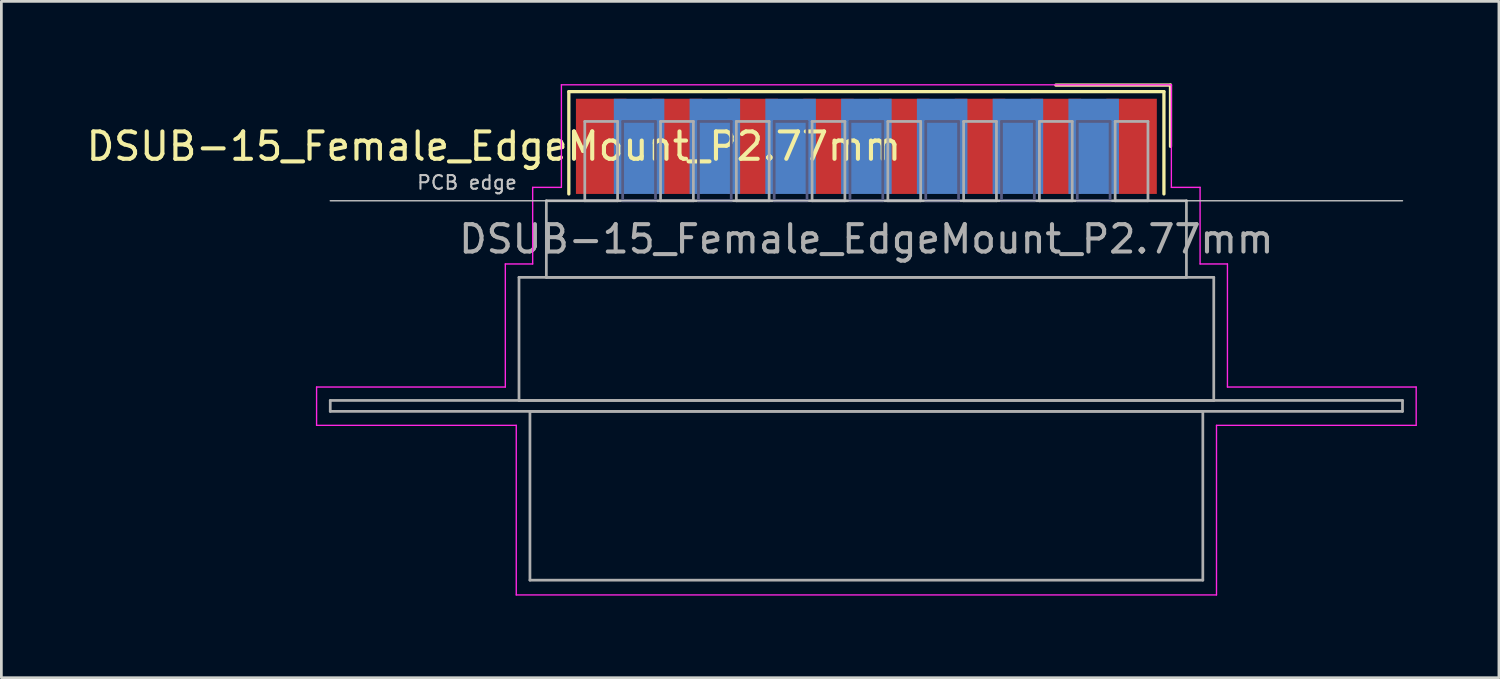
<source format=kicad_pcb>
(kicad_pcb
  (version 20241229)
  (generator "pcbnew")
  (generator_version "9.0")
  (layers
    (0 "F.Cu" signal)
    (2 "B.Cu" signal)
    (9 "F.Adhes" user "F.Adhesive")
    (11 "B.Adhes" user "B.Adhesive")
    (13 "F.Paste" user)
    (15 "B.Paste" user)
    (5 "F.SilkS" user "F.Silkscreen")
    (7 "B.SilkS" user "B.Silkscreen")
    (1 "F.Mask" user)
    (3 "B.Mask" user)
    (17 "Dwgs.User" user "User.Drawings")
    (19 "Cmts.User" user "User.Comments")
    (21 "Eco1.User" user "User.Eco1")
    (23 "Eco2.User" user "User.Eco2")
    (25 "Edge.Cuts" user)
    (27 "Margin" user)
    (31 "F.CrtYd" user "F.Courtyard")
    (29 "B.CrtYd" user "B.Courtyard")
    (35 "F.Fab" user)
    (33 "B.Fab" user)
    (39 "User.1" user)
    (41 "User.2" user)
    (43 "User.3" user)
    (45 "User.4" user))
  (footprint "DSUB-15_Female_EdgeMount_P2.77mm"
    (layer "F.Cu")
    (at 28.624 2.3)
    (property "Reference" "DSUB-15_Female_EdgeMount_P2.77mm" (at -13.618 0 0) (layer "F.SilkS") (effects (font (size 1 1) (thickness 0.15))))
    (attr smd)
    (fp_line (start -10.878 -2) (end -10.878 1.74) (stroke (width 0.12) (type solid)) (layer "F.SilkS"))
    (fp_line (start 10.878 -2) (end -10.878 -2) (stroke (width 0.12) (type solid)) (layer "F.SilkS"))
    (fp_line (start 10.878 1.74) (end 10.878 -2) (stroke (width 0.12) (type solid)) (layer "F.SilkS"))
    (fp_line (start 11.118 -2.24) (end 6.925 -2.24) (stroke (width 0.12) (type solid)) (layer "F.SilkS"))
    (fp_line (start 11.118 0) (end 11.118 -2.24) (stroke (width 0.12) (type solid)) (layer "F.SilkS"))
    (fp_line (start -19.6 1.99) (end 19.6 1.99) (stroke (width 0.05) (type solid)) (layer "Dwgs.User"))
    (fp_line (start -20.1 8.8) (end -13.2 8.8) (stroke (width 0.05) (type solid)) (layer "F.CrtYd"))
    (fp_line (start -20.1 10.2) (end -20.1 8.8) (stroke (width 0.05) (type solid)) (layer "F.CrtYd"))
    (fp_line (start -13.2 4.3) (end -12.2 4.3) (stroke (width 0.05) (type solid)) (layer "F.CrtYd"))
    (fp_line (start -13.2 8.8) (end -13.2 4.3) (stroke (width 0.05) (type solid)) (layer "F.CrtYd"))
    (fp_line (start -12.8 10.2) (end -20.1 10.2) (stroke (width 0.05) (type solid)) (layer "F.CrtYd"))
    (fp_line (start -12.8 16.4) (end -12.8 10.2) (stroke (width 0.05) (type solid)) (layer "F.CrtYd"))
    (fp_line (start -12.2 1.5) (end -11.15 1.5) (stroke (width 0.05) (type solid)) (layer "F.CrtYd"))
    (fp_line (start -12.2 4.3) (end -12.2 1.5) (stroke (width 0.05) (type solid)) (layer "F.CrtYd"))
    (fp_line (start -11.15 -2.25) (end 11.15 -2.25) (stroke (width 0.05) (type solid)) (layer "F.CrtYd"))
    (fp_line (start -11.15 1.5) (end -11.15 -2.25) (stroke (width 0.05) (type solid)) (layer "F.CrtYd"))
    (fp_line (start 11.15 -2.25) (end 11.15 1.5) (stroke (width 0.05) (type solid)) (layer "F.CrtYd"))
    (fp_line (start 11.15 1.5) (end 12.2 1.5) (stroke (width 0.05) (type solid)) (layer "F.CrtYd"))
    (fp_line (start 12.2 1.5) (end 12.2 4.3) (stroke (width 0.05) (type solid)) (layer "F.CrtYd"))
    (fp_line (start 12.2 4.3) (end 13.2 4.3) (stroke (width 0.05) (type solid)) (layer "F.CrtYd"))
    (fp_line (start 12.8 10.2) (end 12.8 16.4) (stroke (width 0.05) (type solid)) (layer "F.CrtYd"))
    (fp_line (start 12.8 16.4) (end -12.8 16.4) (stroke (width 0.05) (type solid)) (layer "F.CrtYd"))
    (fp_line (start 13.2 4.3) (end 13.2 8.8) (stroke (width 0.05) (type solid)) (layer "F.CrtYd"))
    (fp_line (start 13.2 8.8) (end 20.1 8.8) (stroke (width 0.05) (type solid)) (layer "F.CrtYd"))
    (fp_line (start 20.1 8.8) (end 20.1 10.2) (stroke (width 0.05) (type solid)) (layer "F.CrtYd"))
    (fp_line (start 20.1 10.2) (end 12.8 10.2) (stroke (width 0.05) (type solid)) (layer "F.CrtYd"))
    (fp_line (start -8.91 -0.91) (end -8.91 1.99) (stroke (width 0.1) (type solid)) (layer "B.Fab"))
    (fp_line (start -8.91 1.99) (end -7.71 1.99) (stroke (width 0.1) (type solid)) (layer "B.Fab"))
    (fp_line (start -7.71 -0.91) (end -8.91 -0.91) (stroke (width 0.1) (type solid)) (layer "B.Fab"))
    (fp_line (start -7.71 1.99) (end -7.71 -0.91) (stroke (width 0.1) (type solid)) (layer "B.Fab"))
    (fp_line (start -6.14 -0.91) (end -6.14 1.99) (stroke (width 0.1) (type solid)) (layer "B.Fab"))
    (fp_line (start -6.14 1.99) (end -4.94 1.99) (stroke (width 0.1) (type solid)) (layer "B.Fab"))
    (fp_line (start -4.94 -0.91) (end -6.14 -0.91) (stroke (width 0.1) (type solid)) (layer "B.Fab"))
    (fp_line (start -4.94 1.99) (end -4.94 -0.91) (stroke (width 0.1) (type solid)) (layer "B.Fab"))
    (fp_line (start -3.37 -0.91) (end -3.37 1.99) (stroke (width 0.1) (type solid)) (layer "B.Fab"))
    (fp_line (start -3.37 1.99) (end -2.17 1.99) (stroke (width 0.1) (type solid)) (layer "B.Fab"))
    (fp_line (start -2.17 -0.91) (end -3.37 -0.91) (stroke (width 0.1) (type solid)) (layer "B.Fab"))
    (fp_line (start -2.17 1.99) (end -2.17 -0.91) (stroke (width 0.1) (type solid)) (layer "B.Fab"))
    (fp_line (start -0.6 -0.91) (end -0.6 1.99) (stroke (width 0.1) (type solid)) (layer "B.Fab"))
    (fp_line (start -0.6 1.99) (end 0.6 1.99) (stroke (width 0.1) (type solid)) (layer "B.Fab"))
    (fp_line (start 0.6 -0.91) (end -0.6 -0.91) (stroke (width 0.1) (type solid)) (layer "B.Fab"))
    (fp_line (start 0.6 1.99) (end 0.6 -0.91) (stroke (width 0.1) (type solid)) (layer "B.Fab"))
    (fp_line (start 2.17 -0.91) (end 2.17 1.99) (stroke (width 0.1) (type solid)) (layer "B.Fab"))
    (fp_line (start 2.17 1.99) (end 3.37 1.99) (stroke (width 0.1) (type solid)) (layer "B.Fab"))
    (fp_line (start 3.37 -0.91) (end 2.17 -0.91) (stroke (width 0.1) (type solid)) (layer "B.Fab"))
    (fp_line (start 3.37 1.99) (end 3.37 -0.91) (stroke (width 0.1) (type solid)) (layer "B.Fab"))
    (fp_line (start 4.94 -0.91) (end 4.94 1.99) (stroke (width 0.1) (type solid)) (layer "B.Fab"))
    (fp_line (start 4.94 1.99) (end 6.14 1.99) (stroke (width 0.1) (type solid)) (layer "B.Fab"))
    (fp_line (start 6.14 -0.91) (end 4.94 -0.91) (stroke (width 0.1) (type solid)) (layer "B.Fab"))
    (fp_line (start 6.14 1.99) (end 6.14 -0.91) (stroke (width 0.1) (type solid)) (layer "B.Fab"))
    (fp_line (start 7.71 -0.91) (end 7.71 1.99) (stroke (width 0.1) (type solid)) (layer "B.Fab"))
    (fp_line (start 7.71 1.99) (end 8.91 1.99) (stroke (width 0.1) (type solid)) (layer "B.Fab"))
    (fp_line (start 8.91 -0.91) (end 7.71 -0.91) (stroke (width 0.1) (type solid)) (layer "B.Fab"))
    (fp_line (start 8.91 1.99) (end 8.91 -0.91) (stroke (width 0.1) (type solid)) (layer "B.Fab"))
    (fp_line (start -19.6 9.29) (end -19.6 9.69) (stroke (width 0.1) (type solid)) (layer "F.Fab"))
    (fp_line (start -19.6 9.69) (end 19.6 9.69) (stroke (width 0.1) (type solid)) (layer "F.Fab"))
    (fp_line (start -12.7 4.79) (end -12.7 9.29) (stroke (width 0.1) (type solid)) (layer "F.Fab"))
    (fp_line (start -12.7 9.29) (end 12.7 9.29) (stroke (width 0.1) (type solid)) (layer "F.Fab"))
    (fp_line (start -12.3 9.69) (end -12.3 15.86) (stroke (width 0.1) (type solid)) (layer "F.Fab"))
    (fp_line (start -12.3 15.86) (end 12.3 15.86) (stroke (width 0.1) (type solid)) (layer "F.Fab"))
    (fp_line (start -11.7 1.99) (end -11.7 4.79) (stroke (width 0.1) (type solid)) (layer "F.Fab"))
    (fp_line (start -11.7 4.79) (end 11.7 4.79) (stroke (width 0.1) (type solid)) (layer "F.Fab"))
    (fp_line (start -10.295 -0.91) (end -10.295 1.99) (stroke (width 0.1) (type solid)) (layer "F.Fab"))
    (fp_line (start -10.295 1.99) (end -9.095 1.99) (stroke (width 0.1) (type solid)) (layer "F.Fab"))
    (fp_line (start -9.095 -0.91) (end -10.295 -0.91) (stroke (width 0.1) (type solid)) (layer "F.Fab"))
    (fp_line (start -9.095 1.99) (end -9.095 -0.91) (stroke (width 0.1) (type solid)) (layer "F.Fab"))
    (fp_line (start -7.525 -0.91) (end -7.525 1.99) (stroke (width 0.1) (type solid)) (layer "F.Fab"))
    (fp_line (start -7.525 1.99) (end -6.325 1.99) (stroke (width 0.1) (type solid)) (layer "F.Fab"))
    (fp_line (start -6.325 -0.91) (end -7.525 -0.91) (stroke (width 0.1) (type solid)) (layer "F.Fab"))
    (fp_line (start -6.325 1.99) (end -6.325 -0.91) (stroke (width 0.1) (type solid)) (layer "F.Fab"))
    (fp_line (start -4.755 -0.91) (end -4.755 1.99) (stroke (width 0.1) (type solid)) (layer "F.Fab"))
    (fp_line (start -4.755 1.99) (end -3.555 1.99) (stroke (width 0.1) (type solid)) (layer "F.Fab"))
    (fp_line (start -3.555 -0.91) (end -4.755 -0.91) (stroke (width 0.1) (type solid)) (layer "F.Fab"))
    (fp_line (start -3.555 1.99) (end -3.555 -0.91) (stroke (width 0.1) (type solid)) (layer "F.Fab"))
    (fp_line (start -1.985 -0.91) (end -1.985 1.99) (stroke (width 0.1) (type solid)) (layer "F.Fab"))
    (fp_line (start -1.985 1.99) (end -0.785 1.99) (stroke (width 0.1) (type solid)) (layer "F.Fab"))
    (fp_line (start -0.785 -0.91) (end -1.985 -0.91) (stroke (width 0.1) (type solid)) (layer "F.Fab"))
    (fp_line (start -0.785 1.99) (end -0.785 -0.91) (stroke (width 0.1) (type solid)) (layer "F.Fab"))
    (fp_line (start 0.785 -0.91) (end 0.785 1.99) (stroke (width 0.1) (type solid)) (layer "F.Fab"))
    (fp_line (start 0.785 1.99) (end 1.985 1.99) (stroke (width 0.1) (type solid)) (layer "F.Fab"))
    (fp_line (start 1.985 -0.91) (end 0.785 -0.91) (stroke (width 0.1) (type solid)) (layer "F.Fab"))
    (fp_line (start 1.985 1.99) (end 1.985 -0.91) (stroke (width 0.1) (type solid)) (layer "F.Fab"))
    (fp_line (start 3.555 -0.91) (end 3.555 1.99) (stroke (width 0.1) (type solid)) (layer "F.Fab"))
    (fp_line (start 3.555 1.99) (end 4.755 1.99) (stroke (width 0.1) (type solid)) (layer "F.Fab"))
    (fp_line (start 4.755 -0.91) (end 3.555 -0.91) (stroke (width 0.1) (type solid)) (layer "F.Fab"))
    (fp_line (start 4.755 1.99) (end 4.755 -0.91) (stroke (width 0.1) (type solid)) (layer "F.Fab"))
    (fp_line (start 6.325 -0.91) (end 6.325 1.99) (stroke (width 0.1) (type solid)) (layer "F.Fab"))
    (fp_line (start 6.325 1.99) (end 7.525 1.99) (stroke (width 0.1) (type solid)) (layer "F.Fab"))
    (fp_line (start 7.525 -0.91) (end 6.325 -0.91) (stroke (width 0.1) (type solid)) (layer "F.Fab"))
    (fp_line (start 7.525 1.99) (end 7.525 -0.91) (stroke (width 0.1) (type solid)) (layer "F.Fab"))
    (fp_line (start 9.095 -0.91) (end 9.095 1.99) (stroke (width 0.1) (type solid)) (layer "F.Fab"))
    (fp_line (start 9.095 1.99) (end 10.295 1.99) (stroke (width 0.1) (type solid)) (layer "F.Fab"))
    (fp_line (start 10.295 -0.91) (end 9.095 -0.91) (stroke (width 0.1) (type solid)) (layer "F.Fab"))
    (fp_line (start 10.295 1.99) (end 10.295 -0.91) (stroke (width 0.1) (type solid)) (layer "F.Fab"))
    (fp_line (start 11.7 1.99) (end -11.7 1.99) (stroke (width 0.1) (type solid)) (layer "F.Fab"))
    (fp_line (start 11.7 4.79) (end 11.7 1.99) (stroke (width 0.1) (type solid)) (layer "F.Fab"))
    (fp_line (start 12.3 9.69) (end -12.3 9.69) (stroke (width 0.1) (type solid)) (layer "F.Fab"))
    (fp_line (start 12.3 15.86) (end 12.3 9.69) (stroke (width 0.1) (type solid)) (layer "F.Fab"))
    (fp_line (start 12.7 4.79) (end -12.7 4.79) (stroke (width 0.1) (type solid)) (layer "F.Fab"))
    (fp_line (start 12.7 9.29) (end 12.7 4.79) (stroke (width 0.1) (type solid)) (layer "F.Fab"))
    (fp_line (start 19.6 9.29) (end -19.6 9.29) (stroke (width 0.1) (type solid)) (layer "F.Fab"))
    (fp_line (start 19.6 9.69) (end 19.6 9.29) (stroke (width 0.1) (type solid)) (layer "F.Fab"))
    (fp_text user "PCB edge" (at -14.6 1.323 0) (layer "Dwgs.User") (effects (font (size 0.5 0.5) (thickness 0.075))))
    (fp_text user "${REFERENCE}" (at 0 3.39 0) (layer "F.Fab") (effects (font (size 1 1) (thickness 0.15))))
    (pad "1" smd rect (at 9.695 0) (size 1.847 3.48) (layers "F.Cu" "F.Mask" "F.Paste"))
    (pad "2" smd rect (at 6.925 0) (size 1.847 3.48) (layers "F.Cu" "F.Mask" "F.Paste"))
    (pad "3" smd rect (at 4.155 0) (size 1.847 3.48) (layers "F.Cu" "F.Mask" "F.Paste"))
    (pad "4" smd rect (at 1.385 0) (size 1.847 3.48) (layers "F.Cu" "F.Mask" "F.Paste"))
    (pad "5" smd rect (at -1.385 0) (size 1.847 3.48) (layers "F.Cu" "F.Mask" "F.Paste"))
    (pad "6" smd rect (at -4.155 0) (size 1.847 3.48) (layers "F.Cu" "F.Mask" "F.Paste"))
    (pad "7" smd rect (at -6.925 0) (size 1.847 3.48) (layers "F.Cu" "F.Mask" "F.Paste"))
    (pad "8" smd rect (at -9.695 0) (size 1.847 3.48) (layers "F.Cu" "F.Mask" "F.Paste"))
    (pad "9" smd rect (at 8.31 0) (size 1.847 3.48) (layers "B.Cu" "B.Mask" "B.Paste"))
    (pad "10" smd rect (at 5.54 0) (size 1.847 3.48) (layers "B.Cu" "B.Mask" "B.Paste"))
    (pad "11" smd rect (at 2.77 0) (size 1.847 3.48) (layers "B.Cu" "B.Mask" "B.Paste"))
    (pad "12" smd rect (at 0 0) (size 1.847 3.48) (layers "B.Cu" "B.Mask" "B.Paste"))
    (pad "13" smd rect (at -2.77 0) (size 1.847 3.48) (layers "B.Cu" "B.Mask" "B.Paste"))
    (pad "14" smd rect (at -5.54 0) (size 1.847 3.48) (layers "B.Cu" "B.Mask" "B.Paste"))
    (pad "15" smd rect (at -8.31 0) (size 1.847 3.48) (layers "B.Cu" "B.Mask" "B.Paste")))
  (gr_rect
    (start -3 -3)
    (end 51.749 21.725)
    (stroke (width 0.1) (type default))
    (fill no)
    (layer "Edge.Cuts")))
</source>
